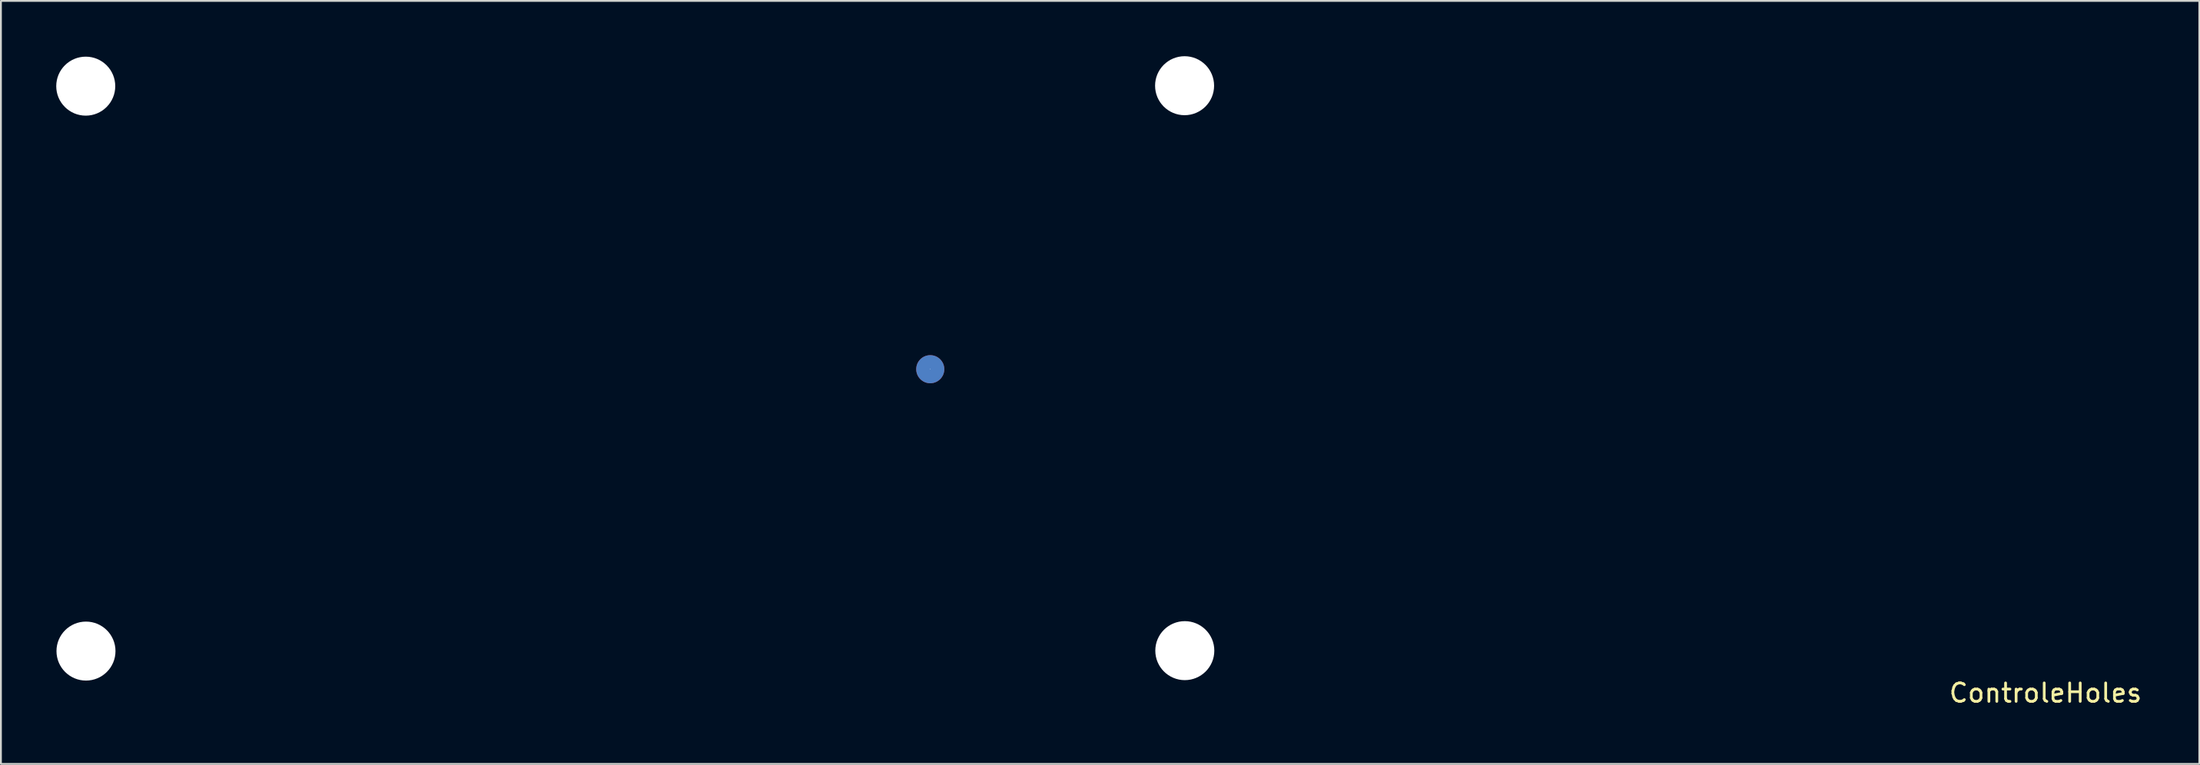
<source format=kicad_pcb>
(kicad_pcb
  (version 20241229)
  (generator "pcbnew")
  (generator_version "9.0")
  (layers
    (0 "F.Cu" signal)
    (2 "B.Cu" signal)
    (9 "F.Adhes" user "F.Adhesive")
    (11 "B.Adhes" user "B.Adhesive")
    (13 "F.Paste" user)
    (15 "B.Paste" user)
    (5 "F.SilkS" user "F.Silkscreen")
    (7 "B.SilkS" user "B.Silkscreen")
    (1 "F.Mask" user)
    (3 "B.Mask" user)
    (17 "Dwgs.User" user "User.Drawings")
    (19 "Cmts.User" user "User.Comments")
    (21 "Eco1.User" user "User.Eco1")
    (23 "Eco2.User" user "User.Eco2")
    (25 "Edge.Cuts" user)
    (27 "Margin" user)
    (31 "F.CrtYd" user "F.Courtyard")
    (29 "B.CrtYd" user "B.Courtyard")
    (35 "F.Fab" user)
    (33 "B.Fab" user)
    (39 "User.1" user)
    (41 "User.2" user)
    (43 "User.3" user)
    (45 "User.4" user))
  (footprint "ControleHoles"
    (layer "F.Cu")
    (at 47.56 17.006)
    (property "Reference" "ControleHoles" (at 60.317 17.541 0) (layer "F.SilkS") (effects (font (size 1 1) (thickness 0.15))))
    (attr through_hole)
    (pad "" np_thru_hole circle (at -45.96 -15.382) (size 3.2 3.2) (drill 3.2) (layers "*.Cu" "*.Mask"))
    (pad "" np_thru_hole circle (at -45.947 15.268) (size 3.2 3.2) (drill 3.2) (layers "*.Cu" "*.Mask"))
    (pad "" thru_hole circle (at -0.163 -0.025) (size 1.524 1.524) (drill 0.025) (layers "*.Cu" "*.Mask"))
    (pad "" np_thru_hole circle (at 13.629 -15.406) (size 3.2 3.2) (drill 3.2) (layers "*.Cu" "*.Mask"))
    (pad "" np_thru_hole circle (at 13.641 15.244) (size 3.2 3.2) (drill 3.2) (layers "*.Cu" "*.Mask")))
  (gr_rect
    (start -3 -3)
    (end 116.217 38.395)
    (stroke (width 0.1) (type default))
    (fill no)
    (layer "Edge.Cuts")))
</source>
